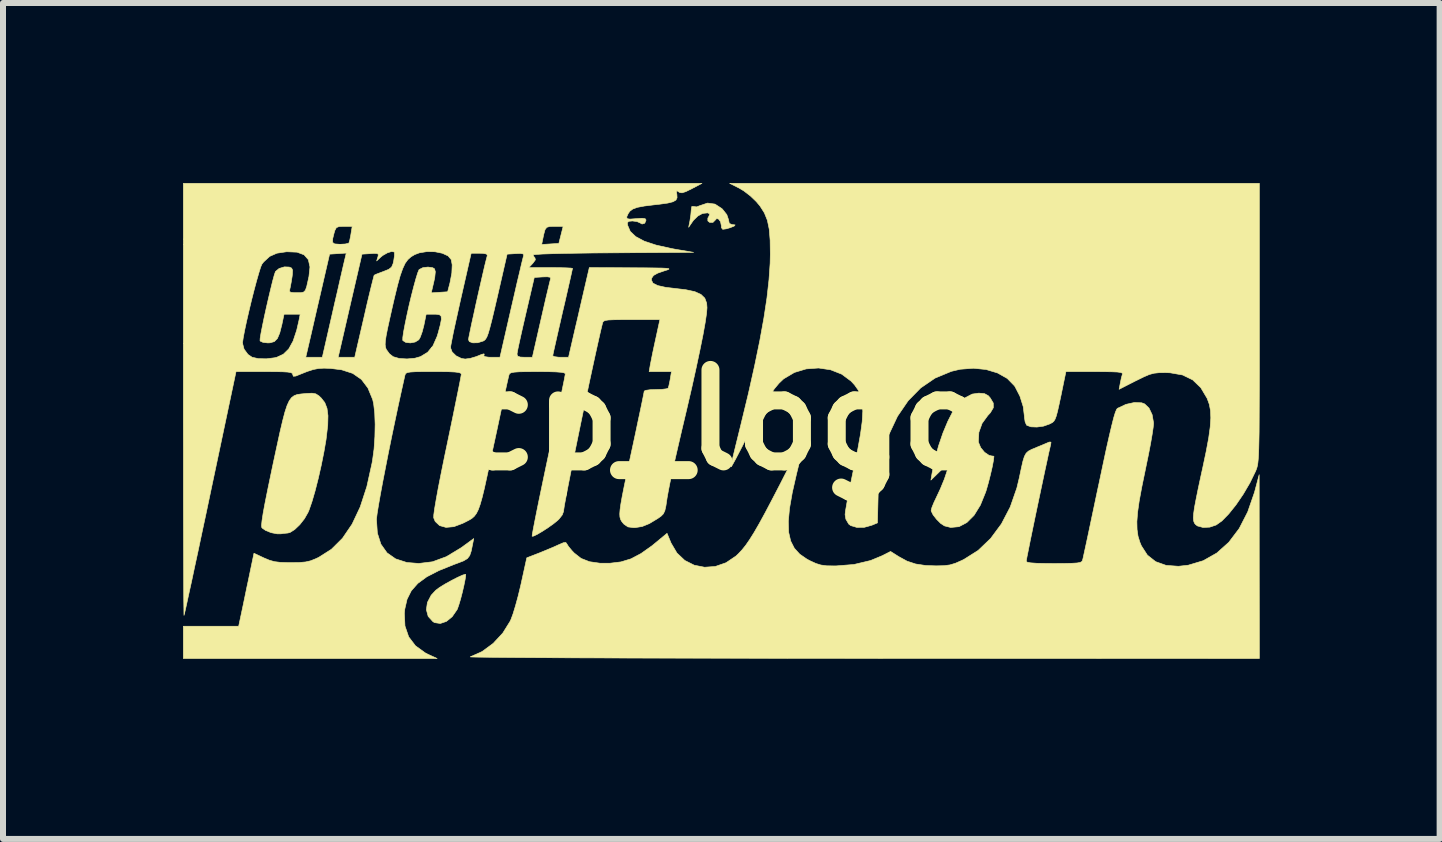
<source format=kicad_pcb>
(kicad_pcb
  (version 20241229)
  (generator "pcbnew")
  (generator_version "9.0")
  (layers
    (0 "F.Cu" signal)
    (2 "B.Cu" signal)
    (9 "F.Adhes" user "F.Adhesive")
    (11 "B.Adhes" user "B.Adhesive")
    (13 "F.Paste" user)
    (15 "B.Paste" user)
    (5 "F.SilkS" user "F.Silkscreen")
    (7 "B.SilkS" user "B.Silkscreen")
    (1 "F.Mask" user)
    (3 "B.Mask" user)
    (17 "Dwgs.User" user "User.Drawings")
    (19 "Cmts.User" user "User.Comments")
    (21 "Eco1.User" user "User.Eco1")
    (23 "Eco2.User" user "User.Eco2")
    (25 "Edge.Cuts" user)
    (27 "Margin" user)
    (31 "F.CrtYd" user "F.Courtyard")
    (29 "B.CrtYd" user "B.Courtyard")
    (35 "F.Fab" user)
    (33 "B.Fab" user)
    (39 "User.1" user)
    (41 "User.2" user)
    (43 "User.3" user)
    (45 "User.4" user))
  (footprint "cp_logo"
    (layer "F.Cu")
    (at 8.97 3.949)
    (property "Reference" "cp_logo" (at 0 0 0) (layer "F.SilkS") (effects (font (size 1.524 1.524) (thickness 0.3))))
    (attr through_hole)
    (fp_poly (pts (xy -4.26 2.596) (xy -4.271 2.665) (xy -4.291 2.763) (xy -4.317 2.875) (xy -4.346 2.986) (xy -4.375 3.082) (xy -4.398 3.148) (xy -4.403 3.158) (xy -4.485 3.277) (xy -4.582 3.356) (xy -4.683 3.39) (xy -4.778 3.376) (xy -4.805 3.36) (xy -4.885 3.272) (xy -4.915 3.161) (xy -4.898 3.04) (xy -4.835 2.919) (xy -4.759 2.837) (xy -4.695 2.789) (xy -4.602 2.732) (xy -4.495 2.673) (xy -4.392 2.62) (xy -4.309 2.583) (xy -4.262 2.57) (xy -4.26 2.596)) (stroke (width 0.01) (type solid)) (fill yes) (layer "F.SilkS"))
    (fp_poly (pts (xy -0.106 -3.598) (xy 0.009 -3.523) (xy 0.018 -3.514) (xy 0.091 -3.422) (xy 0.119 -3.34) (xy 0.12 -3.335) (xy 0.132 -3.276) (xy 0.177 -3.257) (xy 0.187 -3.256) (xy 0.229 -3.251) (xy 0.217 -3.235) (xy 0.209 -3.23) (xy 0.147 -3.205) (xy 0.082 -3.186) (xy 0.023 -3.178) (xy 0.002 -3.204) (xy 0 -3.238) (xy -0.013 -3.303) (xy -0.044 -3.347) (xy -0.078 -3.358) (xy -0.1 -3.333) (xy -0.14 -3.293) (xy -0.195 -3.293) (xy -0.225 -3.318) (xy -0.225 -3.365) (xy -0.21 -3.39) (xy -0.193 -3.433) (xy -0.226 -3.452) (xy -0.301 -3.444) (xy -0.316 -3.441) (xy -0.391 -3.4) (xy -0.464 -3.329) (xy -0.474 -3.315) (xy -0.545 -3.212) (xy -0.524 -3.317) (xy -0.509 -3.415) (xy -0.501 -3.504) (xy -0.501 -3.504) (xy -0.492 -3.559) (xy -0.467 -3.559) (xy -0.466 -3.559) (xy -0.413 -3.551) (xy -0.358 -3.572) (xy -0.23 -3.615) (xy -0.106 -3.598)) (stroke (width 0.01) (type solid)) (fill yes) (layer "F.SilkS"))
    (fp_poly (pts (xy -6.758 -0.436) (xy -6.706 -0.403) (xy -6.668 -0.367) (xy -6.608 -0.29) (xy -6.571 -0.195) (xy -6.555 -0.072) (xy -6.559 0.087) (xy -6.583 0.293) (xy -6.587 0.326) (xy -6.622 0.53) (xy -6.666 0.75) (xy -6.716 0.971) (xy -6.769 1.179) (xy -6.822 1.361) (xy -6.871 1.502) (xy -6.886 1.537) (xy -6.946 1.643) (xy -7.025 1.744) (xy -7.11 1.825) (xy -7.188 1.874) (xy -7.225 1.883) (xy -7.299 1.89) (xy -7.336 1.896) (xy -7.403 1.896) (xy -7.492 1.879) (xy -7.512 1.873) (xy -7.594 1.84) (xy -7.65 1.801) (xy -7.658 1.791) (xy -7.662 1.756) (xy -7.654 1.677) (xy -7.635 1.552) (xy -7.603 1.379) (xy -7.558 1.155) (xy -7.5 0.876) (xy -7.467 0.719) (xy -7.405 0.432) (xy -7.354 0.198) (xy -7.31 0.011) (xy -7.272 -0.134) (xy -7.236 -0.243) (xy -7.2 -0.321) (xy -7.162 -0.373) (xy -7.118 -0.406) (xy -7.067 -0.425) (xy -7.005 -0.434) (xy -6.931 -0.441) (xy -6.92 -0.442) (xy -6.821 -0.447) (xy -6.758 -0.436)) (stroke (width 0.01) (type solid)) (fill yes) (layer "F.SilkS"))
    (fp_poly (pts (xy 4.384 -0.44) (xy 4.447 -0.406) (xy 4.48 -0.369) (xy 4.531 -0.283) (xy 4.532 -0.205) (xy 4.483 -0.122) (xy 4.439 -0.074) (xy 4.345 0.055) (xy 4.291 0.205) (xy 4.283 0.356) (xy 4.287 0.377) (xy 4.322 0.461) (xy 4.386 0.538) (xy 4.46 0.588) (xy 4.501 0.598) (xy 4.539 0.603) (xy 4.542 0.607) (xy 4.534 0.674) (xy 4.514 0.78) (xy 4.484 0.91) (xy 4.45 1.044) (xy 4.415 1.167) (xy 4.404 1.201) (xy 4.316 1.418) (xy 4.211 1.588) (xy 4.091 1.708) (xy 3.96 1.777) (xy 3.822 1.79) (xy 3.718 1.764) (xy 3.655 1.723) (xy 3.587 1.655) (xy 3.529 1.581) (xy 3.498 1.518) (xy 3.496 1.506) (xy 3.509 1.456) (xy 3.542 1.375) (xy 3.571 1.314) (xy 3.648 1.15) (xy 3.716 0.985) (xy 3.765 0.839) (xy 3.778 0.792) (xy 3.787 0.748) (xy 3.781 0.733) (xy 3.752 0.751) (xy 3.692 0.806) (xy 3.645 0.852) (xy 3.492 1.001) (xy 3.512 0.882) (xy 3.557 0.659) (xy 3.619 0.432) (xy 3.693 0.215) (xy 3.775 0.019) (xy 3.858 -0.143) (xy 3.936 -0.254) (xy 4.059 -0.369) (xy 4.179 -0.432) (xy 4.29 -0.448) (xy 4.384 -0.44)) (stroke (width 0.01) (type solid)) (fill yes) (layer "F.SilkS"))
    (fp_poly (pts (xy 8.965 -1.617) (xy 8.965 -1.19) (xy 8.965 -0.818) (xy 8.964 -0.497) (xy 8.963 -0.224) (xy 8.962 0.006) (xy 8.961 0.198) (xy 8.958 0.354) (xy 8.955 0.48) (xy 8.951 0.579) (xy 8.946 0.656) (xy 8.94 0.715) (xy 8.933 0.759) (xy 8.924 0.794) (xy 8.914 0.823) (xy 8.903 0.851) (xy 8.901 0.855) (xy 8.807 1.048) (xy 8.696 1.237) (xy 8.576 1.413) (xy 8.455 1.564) (xy 8.341 1.681) (xy 8.245 1.749) (xy 8.138 1.785) (xy 8.026 1.79) (xy 7.934 1.765) (xy 7.903 1.742) (xy 7.883 1.717) (xy 7.87 1.682) (xy 7.865 1.632) (xy 7.87 1.559) (xy 7.884 1.458) (xy 7.91 1.321) (xy 7.946 1.143) (xy 7.995 0.915) (xy 8.021 0.797) (xy 8.079 0.523) (xy 8.121 0.298) (xy 8.146 0.115) (xy 8.156 -0.034) (xy 8.151 -0.157) (xy 8.131 -0.262) (xy 8.097 -0.355) (xy 8.096 -0.359) (xy 7.989 -0.539) (xy 7.854 -0.669) (xy 7.685 -0.751) (xy 7.479 -0.787) (xy 7.405 -0.79) (xy 7.296 -0.789) (xy 7.211 -0.78) (xy 7.132 -0.759) (xy 7.039 -0.719) (xy 6.913 -0.657) (xy 6.902 -0.652) (xy 6.628 -0.512) (xy 6.648 -0.617) (xy 6.665 -0.7) (xy 6.682 -0.761) (xy 6.684 -0.764) (xy 6.682 -0.78) (xy 6.656 -0.792) (xy 6.6 -0.8) (xy 6.504 -0.804) (xy 6.363 -0.806) (xy 6.221 -0.807) (xy 5.742 -0.807) (xy 5.706 -0.635) (xy 5.663 -0.425) (xy 5.629 -0.265) (xy 5.603 -0.149) (xy 5.581 -0.067) (xy 5.561 -0.014) (xy 5.541 0.019) (xy 5.517 0.041) (xy 5.487 0.057) (xy 5.467 0.067) (xy 5.368 0.102) (xy 5.258 0.117) (xy 5.159 0.113) (xy 5.091 0.088) (xy 5.086 0.084) (xy 5.062 0.031) (xy 5.05 -0.049) (xy 5.05 -0.061) (xy 5.03 -0.224) (xy 4.975 -0.398) (xy 4.895 -0.553) (xy 4.884 -0.57) (xy 4.764 -0.693) (xy 4.603 -0.784) (xy 4.411 -0.842) (xy 4.2 -0.863) (xy 3.979 -0.846) (xy 3.832 -0.811) (xy 3.562 -0.699) (xy 3.322 -0.535) (xy 3.113 -0.322) (xy 2.935 -0.062) (xy 2.791 0.244) (xy 2.697 0.536) (xy 2.664 0.675) (xy 2.64 0.808) (xy 2.625 0.952) (xy 2.616 1.127) (xy 2.612 1.268) (xy 2.601 1.714) (xy 2.507 1.753) (xy 2.381 1.788) (xy 2.257 1.789) (xy 2.156 1.759) (xy 2.122 1.733) (xy 2.075 1.652) (xy 2.062 1.576) (xy 2.068 1.52) (xy 2.086 1.415) (xy 2.112 1.271) (xy 2.146 1.097) (xy 2.186 0.903) (xy 2.211 0.785) (xy 2.274 0.484) (xy 2.319 0.233) (xy 2.347 0.026) (xy 2.357 -0.143) (xy 2.35 -0.282) (xy 2.325 -0.398) (xy 2.282 -0.497) (xy 2.22 -0.585) (xy 2.162 -0.648) (xy 2.006 -0.764) (xy 1.821 -0.837) (xy 1.62 -0.867) (xy 1.414 -0.852) (xy 1.218 -0.793) (xy 1.044 -0.69) (xy 1.032 -0.681) (xy 0.96 -0.612) (xy 0.884 -0.521) (xy 0.802 -0.402) (xy 0.709 -0.249) (xy 0.602 -0.056) (xy 0.477 0.185) (xy 0.43 0.276) (xy 0.351 0.433) (xy 0.28 0.57) (xy 0.223 0.678) (xy 0.183 0.75) (xy 0.166 0.777) (xy 0.166 0.777) (xy 0.162 0.777) (xy 0.16 0.771) (xy 0.162 0.754) (xy 0.169 0.719) (xy 0.183 0.658) (xy 0.206 0.564) (xy 0.238 0.432) (xy 0.282 0.254) (xy 0.326 0.075) (xy 0.451 -0.442) (xy 0.555 -0.907) (xy 0.641 -1.324) (xy 0.709 -1.699) (xy 0.76 -2.035) (xy 0.794 -2.338) (xy 0.813 -2.612) (xy 0.816 -2.764) (xy 0.813 -2.995) (xy 0.798 -3.179) (xy 0.767 -3.328) (xy 0.717 -3.452) (xy 0.645 -3.565) (xy 0.582 -3.64) (xy 0.484 -3.734) (xy 0.37 -3.821) (xy 0.292 -3.867) (xy 0.138 -3.944) (xy 8.965 -3.944) (xy 8.965 -1.617)) (stroke (width 0.01) (type solid)) (fill yes) (layer "F.SilkS"))
    (fp_poly (pts (xy 7.004 -0.287) (xy 7.054 -0.268) (xy 7.126 -0.199) (xy 7.178 -0.09) (xy 7.201 0.041) (xy 7.202 0.063) (xy 7.195 0.129) (xy 7.178 0.243) (xy 7.152 0.394) (xy 7.118 0.571) (xy 7.078 0.765) (xy 7.064 0.834) (xy 7.006 1.115) (xy 6.963 1.347) (xy 6.936 1.537) (xy 6.924 1.693) (xy 6.927 1.823) (xy 6.943 1.935) (xy 6.974 2.036) (xy 6.999 2.096) (xy 7.099 2.251) (xy 7.237 2.36) (xy 7.411 2.422) (xy 7.616 2.437) (xy 7.78 2.419) (xy 8.03 2.344) (xy 8.256 2.216) (xy 8.456 2.037) (xy 8.629 1.808) (xy 8.771 1.531) (xy 8.883 1.208) (xy 8.892 1.175) (xy 8.962 0.911) (xy 8.963 2.443) (xy 8.965 3.974) (xy 2.353 3.972) (xy 1.73 3.971) (xy 1.124 3.971) (xy 0.537 3.97) (xy -0.029 3.969) (xy -0.57 3.968) (xy -1.083 3.967) (xy -1.567 3.966) (xy -2.019 3.964) (xy -2.435 3.963) (xy -2.813 3.961) (xy -3.151 3.959) (xy -3.446 3.957) (xy -3.696 3.955) (xy -3.897 3.953) (xy -4.047 3.951) (xy -4.143 3.949) (xy -4.183 3.947) (xy -4.184 3.946) (xy -3.987 3.858) (xy -3.802 3.722) (xy -3.642 3.55) (xy -3.52 3.354) (xy -3.506 3.324) (xy -3.471 3.23) (xy -3.43 3.095) (xy -3.386 2.934) (xy -3.345 2.765) (xy -3.336 2.725) (xy -3.242 2.296) (xy -3.033 2.215) (xy -2.911 2.165) (xy -2.792 2.115) (xy -2.706 2.076) (xy -2.631 2.044) (xy -2.592 2.04) (xy -2.575 2.063) (xy -2.575 2.063) (xy -2.546 2.109) (xy -2.49 2.176) (xy -2.452 2.216) (xy -2.337 2.306) (xy -2.197 2.361) (xy -2.023 2.386) (xy -1.854 2.386) (xy -1.673 2.364) (xy -1.506 2.313) (xy -1.339 2.225) (xy -1.157 2.096) (xy -1.102 2.051) (xy -0.905 1.888) (xy -0.838 2.05) (xy -0.74 2.216) (xy -0.609 2.34) (xy -0.452 2.419) (xy -0.279 2.453) (xy -0.1 2.44) (xy 0.078 2.378) (xy 0.244 2.266) (xy 0.285 2.227) (xy 0.345 2.163) (xy 0.406 2.087) (xy 0.471 1.993) (xy 0.545 1.875) (xy 0.63 1.728) (xy 0.729 1.547) (xy 0.846 1.325) (xy 0.985 1.057) (xy 1.044 0.941) (xy 1.156 0.723) (xy 1.244 0.555) (xy 1.309 0.434) (xy 1.354 0.355) (xy 1.381 0.315) (xy 1.392 0.311) (xy 1.39 0.338) (xy 1.388 0.347) (xy 1.376 0.394) (xy 1.354 0.488) (xy 1.322 0.618) (xy 1.283 0.774) (xy 1.253 0.896) (xy 1.182 1.208) (xy 1.136 1.47) (xy 1.116 1.688) (xy 1.121 1.868) (xy 1.155 2.016) (xy 1.216 2.136) (xy 1.306 2.235) (xy 1.426 2.318) (xy 1.477 2.345) (xy 1.575 2.39) (xy 1.659 2.416) (xy 1.753 2.429) (xy 1.878 2.431) (xy 1.911 2.431) (xy 2.21 2.407) (xy 2.487 2.341) (xy 2.68 2.261) (xy 2.82 2.19) (xy 2.956 2.276) (xy 3.095 2.352) (xy 3.238 2.399) (xy 3.404 2.424) (xy 3.579 2.43) (xy 3.711 2.427) (xy 3.81 2.414) (xy 3.902 2.386) (xy 4.013 2.337) (xy 4.046 2.32) (xy 4.279 2.173) (xy 4.487 1.974) (xy 4.667 1.731) (xy 4.814 1.449) (xy 4.924 1.133) (xy 4.963 0.971) (xy 4.998 0.805) (xy 5.025 0.686) (xy 5.05 0.606) (xy 5.079 0.553) (xy 5.117 0.518) (xy 5.17 0.49) (xy 5.244 0.46) (xy 5.244 0.459) (xy 5.344 0.418) (xy 5.424 0.384) (xy 5.464 0.367) (xy 5.493 0.368) (xy 5.488 0.406) (xy 5.477 0.454) (xy 5.455 0.549) (xy 5.426 0.685) (xy 5.39 0.851) (xy 5.35 1.04) (xy 5.307 1.243) (xy 5.263 1.452) (xy 5.22 1.657) (xy 5.18 1.851) (xy 5.144 2.026) (xy 5.115 2.171) (xy 5.093 2.28) (xy 5.082 2.343) (xy 5.08 2.355) (xy 5.098 2.369) (xy 5.154 2.38) (xy 5.255 2.387) (xy 5.406 2.39) (xy 5.541 2.391) (xy 5.718 2.39) (xy 5.844 2.387) (xy 5.928 2.382) (xy 5.979 2.373) (xy 6.006 2.359) (xy 6.018 2.339) (xy 6.018 2.338) (xy 6.028 2.299) (xy 6.048 2.207) (xy 6.078 2.069) (xy 6.116 1.892) (xy 6.16 1.683) (xy 6.21 1.447) (xy 6.264 1.19) (xy 6.292 1.061) (xy 6.36 0.739) (xy 6.417 0.473) (xy 6.466 0.257) (xy 6.506 0.088) (xy 6.538 -0.038) (xy 6.564 -0.124) (xy 6.585 -0.175) (xy 6.599 -0.194) (xy 6.742 -0.261) (xy 6.882 -0.292) (xy 7.004 -0.287)) (stroke (width 0.01) (type solid)) (fill yes) (layer "F.SilkS"))
    (fp_poly (pts (xy -0.494 -3.854) (xy -0.592 -3.806) (xy -0.654 -3.786) (xy -0.694 -3.791) (xy -0.711 -3.802) (xy -0.742 -3.821) (xy -0.747 -3.797) (xy -0.741 -3.757) (xy -0.738 -3.704) (xy -0.757 -3.665) (xy -0.806 -3.637) (xy -0.894 -3.615) (xy -1.03 -3.596) (xy -1.121 -3.586) (xy -1.284 -3.566) (xy -1.399 -3.544) (xy -1.476 -3.516) (xy -1.525 -3.479) (xy -1.553 -3.438) (xy -1.577 -3.384) (xy -1.57 -3.355) (xy -1.522 -3.348) (xy -1.425 -3.355) (xy -1.419 -3.355) (xy -1.321 -3.362) (xy -1.27 -3.355) (xy -1.255 -3.333) (xy -1.255 -3.331) (xy -1.276 -3.28) (xy -1.321 -3.266) (xy -1.353 -3.284) (xy -1.405 -3.307) (xy -1.481 -3.317) (xy -1.545 -3.311) (xy -1.566 -3.286) (xy -1.561 -3.243) (xy -1.518 -3.143) (xy -1.426 -3.056) (xy -1.284 -2.98) (xy -1.088 -2.915) (xy -0.837 -2.859) (xy -0.769 -2.846) (xy -0.463 -2.794) (xy -1.8 -2.786) (xy -2.112 -2.784) (xy -2.39 -2.78) (xy -2.63 -2.776) (xy -2.829 -2.771) (xy -2.982 -2.766) (xy -3.085 -2.759) (xy -3.134 -2.753) (xy -3.138 -2.751) (xy -3.116 -2.711) (xy -3.106 -2.703) (xy -3.099 -2.669) (xy -3.141 -2.612) (xy -3.208 -2.54) (xy -2.844 -2.54) (xy -2.705 -2.539) (xy -2.59 -2.536) (xy -2.511 -2.532) (xy -2.48 -2.527) (xy -2.48 -2.526) (xy -2.487 -2.495) (xy -2.505 -2.413) (xy -2.533 -2.289) (xy -2.569 -2.131) (xy -2.611 -1.948) (xy -2.645 -1.804) (xy -2.69 -1.606) (xy -2.731 -1.427) (xy -2.765 -1.276) (xy -2.791 -1.161) (xy -2.806 -1.09) (xy -2.809 -1.07) (xy -2.782 -1.056) (xy -2.715 -1.047) (xy -2.678 -1.046) (xy -2.546 -1.046) (xy -2.472 -1.367) (xy -2.436 -1.523) (xy -2.391 -1.714) (xy -2.345 -1.915) (xy -2.301 -2.105) (xy -2.299 -2.114) (xy -2.2 -2.54) (xy -1.496 -2.537) (xy -1.275 -2.536) (xy -1.108 -2.534) (xy -0.989 -2.532) (xy -0.914 -2.528) (xy -0.877 -2.523) (xy -0.872 -2.515) (xy -0.893 -2.504) (xy -0.936 -2.49) (xy -0.941 -2.489) (xy -1.06 -2.448) (xy -1.13 -2.409) (xy -1.161 -2.364) (xy -1.165 -2.331) (xy -1.14 -2.281) (xy -1.062 -2.241) (xy -0.928 -2.211) (xy -0.792 -2.195) (xy -0.591 -2.171) (xy -0.442 -2.139) (xy -0.34 -2.093) (xy -0.276 -2.031) (xy -0.245 -1.948) (xy -0.239 -1.871) (xy -0.247 -1.775) (xy -0.269 -1.625) (xy -0.305 -1.424) (xy -0.355 -1.176) (xy -0.417 -0.883) (xy -0.491 -0.549) (xy -0.577 -0.178) (xy -0.658 0.164) (xy -0.713 0.401) (xy -0.766 0.631) (xy -0.813 0.845) (xy -0.854 1.033) (xy -0.884 1.186) (xy -0.903 1.292) (xy -0.906 1.311) (xy -0.924 1.433) (xy -0.942 1.512) (xy -0.967 1.564) (xy -1.006 1.603) (xy -1.06 1.641) (xy -1.201 1.726) (xy -1.319 1.774) (xy -1.432 1.792) (xy -1.463 1.793) (xy -1.556 1.781) (xy -1.622 1.736) (xy -1.644 1.711) (xy -1.665 1.683) (xy -1.68 1.653) (xy -1.69 1.616) (xy -1.693 1.565) (xy -1.688 1.496) (xy -1.675 1.402) (xy -1.653 1.277) (xy -1.621 1.115) (xy -1.579 0.911) (xy -1.525 0.659) (xy -1.477 0.437) (xy -1.429 0.214) (xy -1.386 0.009) (xy -1.348 -0.169) (xy -1.318 -0.314) (xy -1.297 -0.418) (xy -1.286 -0.475) (xy -1.285 -0.482) (xy -1.258 -0.495) (xy -1.186 -0.505) (xy -1.092 -0.508) (xy -0.991 -0.511) (xy -0.917 -0.52) (xy -0.887 -0.53) (xy -0.874 -0.572) (xy -0.858 -0.648) (xy -0.852 -0.68) (xy -0.831 -0.807) (xy -1.203 -0.807) (xy -1.184 -0.919) (xy -1.169 -0.995) (xy -1.146 -1.111) (xy -1.116 -1.251) (xy -1.094 -1.352) (xy -1.024 -1.673) (xy -1.495 -1.673) (xy -1.672 -1.673) (xy -1.798 -1.671) (xy -1.883 -1.667) (xy -1.935 -1.659) (xy -1.963 -1.646) (xy -1.977 -1.626) (xy -1.982 -1.606) (xy -2.013 -1.479) (xy -2.051 -1.31) (xy -2.096 -1.108) (xy -2.146 -0.878) (xy -2.2 -0.628) (xy -2.255 -0.364) (xy -2.312 -0.094) (xy -2.368 0.177) (xy -2.422 0.441) (xy -2.473 0.691) (xy -2.519 0.921) (xy -2.559 1.124) (xy -2.591 1.293) (xy -2.615 1.421) (xy -2.627 1.501) (xy -2.63 1.524) (xy -2.651 1.581) (xy -2.704 1.649) (xy -2.727 1.672) (xy -2.799 1.73) (xy -2.889 1.794) (xy -2.983 1.855) (xy -3.068 1.905) (xy -3.129 1.934) (xy -3.153 1.937) (xy -3.15 1.906) (xy -3.135 1.822) (xy -3.11 1.692) (xy -3.076 1.521) (xy -3.034 1.315) (xy -2.985 1.08) (xy -2.931 0.822) (xy -2.883 0.596) (xy -2.825 0.322) (xy -2.771 0.065) (xy -2.722 -0.168) (xy -2.68 -0.371) (xy -2.645 -0.539) (xy -2.619 -0.666) (xy -2.604 -0.745) (xy -2.6 -0.769) (xy -2.615 -0.785) (xy -2.665 -0.795) (xy -2.756 -0.802) (xy -2.894 -0.806) (xy -3.061 -0.807) (xy -3.238 -0.806) (xy -3.364 -0.804) (xy -3.448 -0.798) (xy -3.499 -0.789) (xy -3.526 -0.775) (xy -3.538 -0.755) (xy -3.538 -0.755) (xy -3.548 -0.714) (xy -3.569 -0.622) (xy -3.599 -0.486) (xy -3.637 -0.31) (xy -3.682 -0.103) (xy -3.731 0.128) (xy -3.785 0.378) (xy -3.794 0.418) (xy -3.855 0.709) (xy -3.907 0.948) (xy -3.949 1.14) (xy -3.986 1.291) (xy -4.019 1.407) (xy -4.05 1.494) (xy -4.083 1.559) (xy -4.118 1.605) (xy -4.159 1.641) (xy -4.208 1.67) (xy -4.267 1.7) (xy -4.309 1.721) (xy -4.457 1.777) (xy -4.588 1.789) (xy -4.695 1.759) (xy -4.768 1.69) (xy -4.793 1.63) (xy -4.792 1.581) (xy -4.778 1.478) (xy -4.752 1.325) (xy -4.716 1.127) (xy -4.669 0.888) (xy -4.613 0.612) (xy -4.572 0.417) (xy -4.519 0.163) (xy -4.47 -0.073) (xy -4.427 -0.285) (xy -4.39 -0.466) (xy -4.361 -0.61) (xy -4.342 -0.71) (xy -4.333 -0.76) (xy -4.333 -0.764) (xy -4.342 -0.78) (xy -4.375 -0.792) (xy -4.439 -0.8) (xy -4.543 -0.805) (xy -4.695 -0.807) (xy -4.796 -0.807) (xy -4.971 -0.807) (xy -5.096 -0.805) (xy -5.179 -0.8) (xy -5.229 -0.792) (xy -5.256 -0.778) (xy -5.269 -0.758) (xy -5.274 -0.74) (xy -5.326 -0.507) (xy -5.381 -0.256) (xy -5.437 0.008) (xy -5.493 0.276) (xy -5.547 0.541) (xy -5.597 0.796) (xy -5.643 1.032) (xy -5.682 1.242) (xy -5.713 1.419) (xy -5.735 1.555) (xy -5.746 1.643) (xy -5.747 1.658) (xy -5.732 1.884) (xy -5.673 2.069) (xy -5.571 2.213) (xy -5.427 2.314) (xy -5.241 2.374) (xy -5.042 2.39) (xy -4.813 2.362) (xy -4.582 2.277) (xy -4.345 2.134) (xy -4.33 2.124) (xy -4.126 1.975) (xy -4.145 2.071) (xy -4.168 2.183) (xy -4.193 2.258) (xy -4.231 2.308) (xy -4.296 2.347) (xy -4.4 2.387) (xy -4.455 2.407) (xy -4.708 2.509) (xy -4.908 2.612) (xy -5.059 2.723) (xy -5.167 2.846) (xy -5.237 2.986) (xy -5.275 3.151) (xy -5.282 3.222) (xy -5.272 3.432) (xy -5.21 3.613) (xy -5.097 3.762) (xy -4.934 3.88) (xy -4.887 3.904) (xy -4.736 3.974) (xy -8.965 3.974) (xy -8.965 3.436) (xy -8.043 3.436) (xy -8.013 3.295) (xy -7.996 3.215) (xy -7.97 3.092) (xy -7.938 2.938) (xy -7.903 2.769) (xy -7.885 2.686) (xy -7.788 2.22) (xy -7.622 2.298) (xy -7.531 2.336) (xy -7.446 2.36) (xy -7.347 2.372) (xy -7.213 2.376) (xy -7.172 2.376) (xy -7.03 2.374) (xy -6.928 2.365) (xy -6.845 2.346) (xy -6.76 2.312) (xy -6.709 2.288) (xy -6.498 2.154) (xy -6.313 1.97) (xy -6.153 1.735) (xy -6.018 1.449) (xy -5.907 1.109) (xy -5.82 0.715) (xy -5.813 0.676) (xy -5.787 0.483) (xy -5.773 0.276) (xy -5.769 0.071) (xy -5.776 -0.117) (xy -5.794 -0.272) (xy -5.81 -0.342) (xy -5.889 -0.533) (xy -5.997 -0.676) (xy -6.142 -0.777) (xy -6.327 -0.837) (xy -6.512 -0.86) (xy -6.621 -0.864) (xy -6.711 -0.859) (xy -6.799 -0.842) (xy -6.901 -0.809) (xy -7.034 -0.756) (xy -7.09 -0.733) (xy -7.132 -0.729) (xy -7.142 -0.759) (xy -7.148 -0.777) (xy -7.173 -0.79) (xy -7.224 -0.799) (xy -7.31 -0.804) (xy -7.439 -0.806) (xy -7.614 -0.807) (xy -8.087 -0.807) (xy -8.515 1.218) (xy -8.586 1.556) (xy -8.655 1.878) (xy -8.718 2.177) (xy -8.777 2.449) (xy -8.828 2.69) (xy -8.873 2.894) (xy -8.908 3.057) (xy -8.934 3.174) (xy -8.95 3.241) (xy -8.954 3.255) (xy -8.955 3.227) (xy -8.956 3.143) (xy -8.958 3.007) (xy -8.959 2.822) (xy -8.96 2.591) (xy -8.961 2.319) (xy -8.962 2.009) (xy -8.963 1.664) (xy -8.964 1.289) (xy -8.964 0.887) (xy -8.964 0.461) (xy -8.965 0.015) (xy -8.965 -0.339) (xy -8.965 -1.279) (xy -7.979 -1.279) (xy -7.953 -1.181) (xy -7.888 -1.093) (xy -7.819 -1.046) (xy -7.715 -1.023) (xy -7.582 -1.02) (xy -7.446 -1.037) (xy -7.41 -1.046) (xy -6.925 -1.046) (xy -6.649 -1.046) (xy -6.49 -1.741) (xy -6.443 -1.948) (xy -6.397 -2.145) (xy -6.357 -2.323) (xy -6.323 -2.47) (xy -6.299 -2.575) (xy -6.291 -2.609) (xy -6.25 -2.782) (xy -6.389 -2.773) (xy -6.528 -2.764) (xy -6.628 -2.331) (xy -6.675 -2.127) (xy -6.729 -1.895) (xy -6.782 -1.665) (xy -6.826 -1.472) (xy -6.925 -1.046) (xy -6.385 -1.046) (xy -6.109 -1.046) (xy -6.06 -1.258) (xy -5.602 -1.258) (xy -5.597 -1.215) (xy -5.586 -1.182) (xy -5.584 -1.177) (xy -5.53 -1.103) (xy -5.468 -1.055) (xy -5.368 -1.026) (xy -5.238 -1.018) (xy -5.106 -1.03) (xy -5.012 -1.057) (xy -4.894 -1.129) (xy -4.832 -1.205) (xy -4.513 -1.205) (xy -4.486 -1.134) (xy -4.419 -1.069) (xy -4.331 -1.026) (xy -4.268 -1.016) (xy -4.181 -1.028) (xy -4.084 -1.057) (xy -4.074 -1.061) (xy -3.993 -1.094) (xy -3.955 -1.103) (xy -3.951 -1.091) (xy -3.959 -1.076) (xy -3.945 -1.057) (xy -3.879 -1.047) (xy -3.833 -1.046) (xy -3.689 -1.046) (xy -3.677 -1.098) (xy -3.405 -1.098) (xy -3.394 -1.064) (xy -3.349 -1.049) (xy -3.278 -1.046) (xy -3.149 -1.046) (xy -3.004 -1.681) (xy -2.961 -1.869) (xy -2.922 -2.039) (xy -2.888 -2.181) (xy -2.863 -2.286) (xy -2.848 -2.346) (xy -2.845 -2.355) (xy -2.852 -2.379) (xy -2.9 -2.387) (xy -2.974 -2.385) (xy -3.117 -2.376) (xy -3.26 -1.763) (xy -3.303 -1.577) (xy -3.341 -1.409) (xy -3.372 -1.268) (xy -3.394 -1.164) (xy -3.404 -1.105) (xy -3.405 -1.098) (xy -3.677 -1.098) (xy -3.499 -1.875) (xy -3.449 -2.091) (xy -3.404 -2.288) (xy -3.363 -2.459) (xy -3.331 -2.597) (xy -3.307 -2.694) (xy -3.295 -2.741) (xy -3.294 -2.744) (xy -3.3 -2.767) (xy -3.347 -2.776) (xy -3.425 -2.773) (xy -3.57 -2.764) (xy -3.732 -2.057) (xy -3.784 -1.834) (xy -3.825 -1.662) (xy -3.858 -1.535) (xy -3.884 -1.445) (xy -3.907 -1.384) (xy -3.929 -1.347) (xy -3.951 -1.326) (xy -3.966 -1.317) (xy -4.059 -1.288) (xy -4.142 -1.286) (xy -4.199 -1.307) (xy -4.213 -1.339) (xy -4.207 -1.38) (xy -4.189 -1.468) (xy -4.163 -1.595) (xy -4.129 -1.748) (xy -4.092 -1.919) (xy -4.052 -2.098) (xy -4.012 -2.273) (xy -3.975 -2.434) (xy -3.943 -2.572) (xy -3.917 -2.676) (xy -3.901 -2.736) (xy -3.899 -2.742) (xy -3.912 -2.766) (xy -3.974 -2.778) (xy -4.028 -2.779) (xy -4.169 -2.779) (xy -4.341 -2.024) (xy -4.387 -1.817) (xy -4.429 -1.627) (xy -4.465 -1.462) (xy -4.491 -1.33) (xy -4.508 -1.241) (xy -4.513 -1.205) (xy -4.832 -1.205) (xy -4.805 -1.238) (xy -4.737 -1.392) (xy -4.718 -1.454) (xy -4.682 -1.59) (xy -4.665 -1.679) (xy -4.67 -1.731) (xy -4.698 -1.755) (xy -4.754 -1.763) (xy -4.79 -1.763) (xy -4.919 -1.763) (xy -4.957 -1.576) (xy -4.985 -1.469) (xy -5.017 -1.381) (xy -5.042 -1.337) (xy -5.102 -1.3) (xy -5.182 -1.285) (xy -5.257 -1.293) (xy -5.305 -1.323) (xy -5.309 -1.33) (xy -5.308 -1.376) (xy -5.295 -1.468) (xy -5.271 -1.595) (xy -5.24 -1.745) (xy -5.204 -1.908) (xy -5.165 -2.071) (xy -5.126 -2.223) (xy -5.09 -2.354) (xy -5.06 -2.451) (xy -5.038 -2.504) (xy -5.035 -2.508) (xy -4.973 -2.539) (xy -4.888 -2.549) (xy -4.81 -2.538) (xy -4.779 -2.519) (xy -4.766 -2.471) (xy -4.776 -2.373) (xy -4.791 -2.304) (xy -4.834 -2.119) (xy -4.697 -2.128) (xy -4.561 -2.137) (xy -4.522 -2.286) (xy -4.491 -2.449) (xy -4.485 -2.586) (xy -4.501 -2.673) (xy -4.554 -2.735) (xy -4.649 -2.779) (xy -4.771 -2.804) (xy -4.904 -2.807) (xy -5.032 -2.786) (xy -5.109 -2.757) (xy -5.171 -2.72) (xy -5.223 -2.674) (xy -5.269 -2.611) (xy -5.31 -2.523) (xy -5.352 -2.404) (xy -5.396 -2.245) (xy -5.446 -2.04) (xy -5.481 -1.889) (xy -5.528 -1.68) (xy -5.563 -1.52) (xy -5.586 -1.402) (xy -5.599 -1.317) (xy -5.602 -1.258) (xy -6.06 -1.258) (xy -5.952 -1.724) (xy -5.908 -1.917) (xy -5.867 -2.089) (xy -5.832 -2.233) (xy -5.805 -2.339) (xy -5.789 -2.401) (xy -5.785 -2.413) (xy -5.753 -2.429) (xy -5.682 -2.456) (xy -5.629 -2.476) (xy -5.542 -2.511) (xy -5.495 -2.548) (xy -5.47 -2.606) (xy -5.459 -2.656) (xy -5.447 -2.737) (xy -5.447 -2.791) (xy -5.45 -2.8) (xy -5.495 -2.808) (xy -5.565 -2.786) (xy -5.641 -2.743) (xy -5.674 -2.716) (xy -5.744 -2.651) (xy -5.723 -2.717) (xy -5.715 -2.756) (xy -5.732 -2.774) (xy -5.788 -2.777) (xy -5.845 -2.773) (xy -5.988 -2.764) (xy -6.187 -1.905) (xy -6.385 -1.046) (xy -6.925 -1.046) (xy -7.41 -1.046) (xy -7.405 -1.047) (xy -7.298 -1.097) (xy -7.209 -1.184) (xy -7.136 -1.316) (xy -7.076 -1.496) (xy -7.037 -1.666) (xy -7.018 -1.763) (xy -7.287 -1.763) (xy -7.323 -1.591) (xy -7.359 -1.45) (xy -7.398 -1.358) (xy -7.449 -1.307) (xy -7.519 -1.287) (xy -7.558 -1.285) (xy -7.637 -1.294) (xy -7.684 -1.316) (xy -7.687 -1.322) (xy -7.685 -1.361) (xy -7.671 -1.447) (xy -7.647 -1.569) (xy -7.617 -1.714) (xy -7.582 -1.873) (xy -7.545 -2.034) (xy -7.509 -2.185) (xy -7.477 -2.316) (xy -7.45 -2.415) (xy -7.431 -2.471) (xy -7.428 -2.476) (xy -7.369 -2.525) (xy -7.281 -2.552) (xy -7.201 -2.549) (xy -7.161 -2.532) (xy -7.145 -2.498) (xy -7.148 -2.429) (xy -7.152 -2.394) (xy -7.168 -2.294) (xy -7.184 -2.209) (xy -7.189 -2.189) (xy -7.196 -2.148) (xy -7.177 -2.128) (xy -7.117 -2.122) (xy -7.073 -2.122) (xy -7.005 -2.122) (xy -6.961 -2.132) (xy -6.932 -2.161) (xy -6.91 -2.221) (xy -6.887 -2.323) (xy -6.872 -2.391) (xy -6.855 -2.551) (xy -6.882 -2.672) (xy -6.953 -2.753) (xy -7.07 -2.797) (xy -7.234 -2.804) (xy -7.246 -2.804) (xy -7.406 -2.78) (xy -7.526 -2.727) (xy -7.626 -2.635) (xy -7.655 -2.598) (xy -7.676 -2.55) (xy -7.706 -2.454) (xy -7.744 -2.322) (xy -7.786 -2.165) (xy -7.83 -1.992) (xy -7.872 -1.816) (xy -7.911 -1.647) (xy -7.943 -1.497) (xy -7.966 -1.376) (xy -7.978 -1.295) (xy -7.979 -1.279) (xy -8.965 -1.279) (xy -8.965 -2.925) (xy -2.994 -2.925) (xy -2.851 -2.934) (xy -2.708 -2.943) (xy -2.672 -3.085) (xy -2.636 -3.227) (xy -2.78 -3.227) (xy -2.86 -3.225) (xy -2.909 -3.211) (xy -2.938 -3.172) (xy -2.959 -3.095) (xy -2.974 -3.024) (xy -2.994 -2.925) (xy -8.965 -2.925) (xy -8.965 -3.015) (xy -6.478 -3.015) (xy -6.477 -2.959) (xy -6.445 -2.935) (xy -6.373 -2.929) (xy -6.352 -2.928) (xy -6.269 -2.933) (xy -6.215 -2.945) (xy -6.206 -2.951) (xy -6.193 -2.992) (xy -6.177 -3.069) (xy -6.172 -3.1) (xy -6.151 -3.227) (xy -6.286 -3.227) (xy -6.37 -3.224) (xy -6.415 -3.206) (xy -6.44 -3.159) (xy -6.453 -3.115) (xy -6.478 -3.015) (xy -8.965 -3.015) (xy -8.965 -3.944) (xy -0.323 -3.944) (xy -0.494 -3.854)) (stroke (width 0.01) (type solid)) (fill yes) (layer "F.SilkS")))
  (gr_rect
    (start -3 -3)
    (end 20.939 10.929)
    (stroke (width 0.1) (type default))
    (fill no)
    (layer "Edge.Cuts")))
</source>
